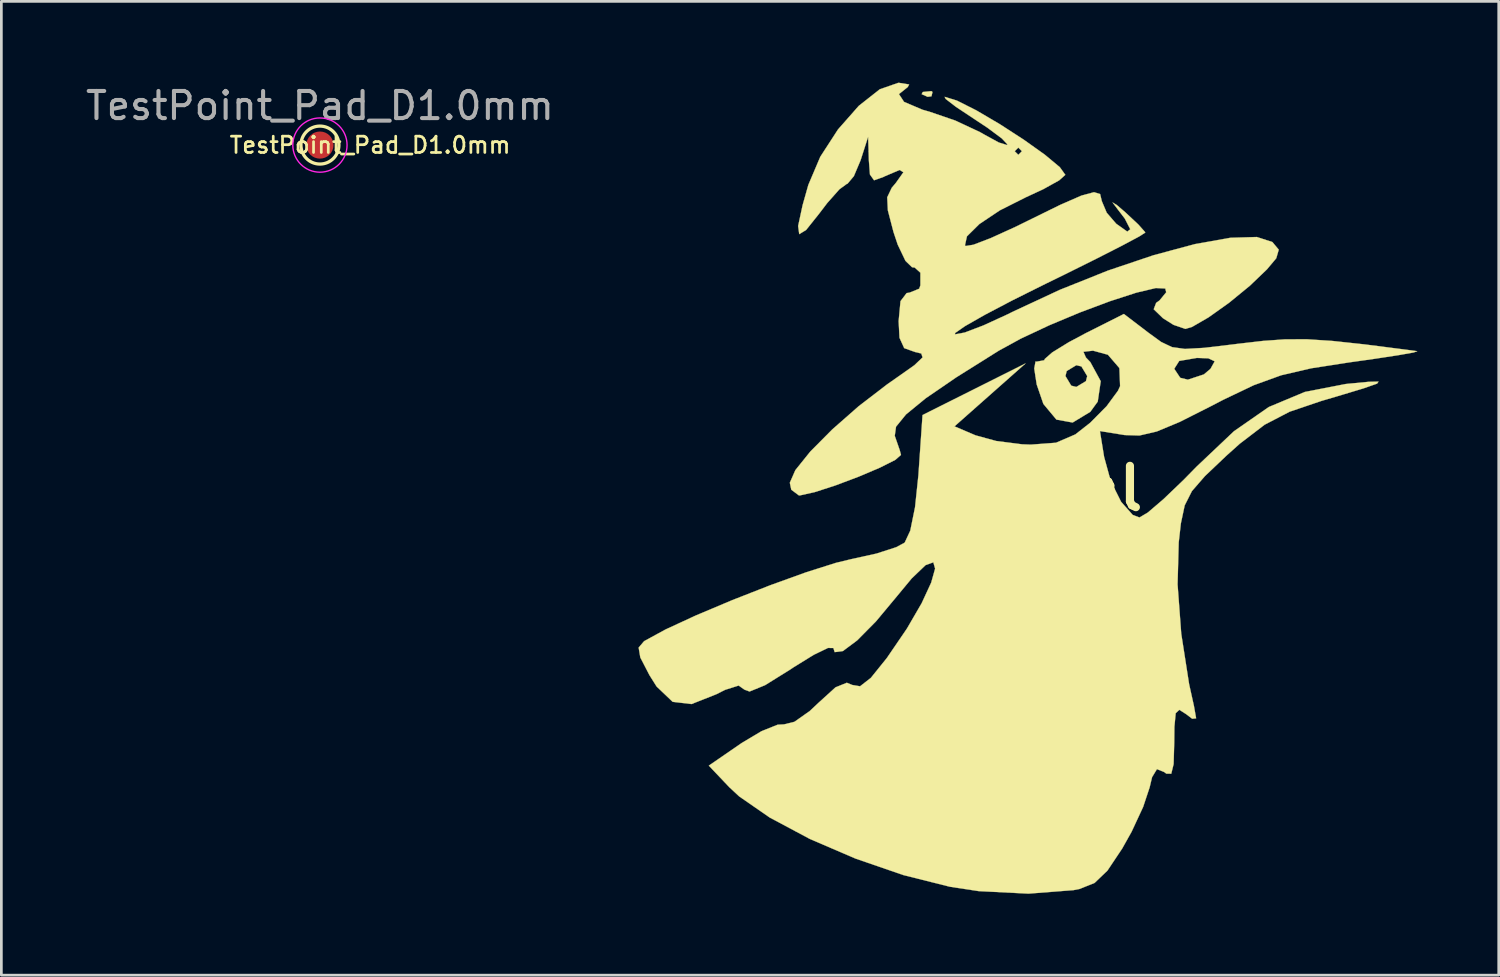
<source format=kicad_pcb>
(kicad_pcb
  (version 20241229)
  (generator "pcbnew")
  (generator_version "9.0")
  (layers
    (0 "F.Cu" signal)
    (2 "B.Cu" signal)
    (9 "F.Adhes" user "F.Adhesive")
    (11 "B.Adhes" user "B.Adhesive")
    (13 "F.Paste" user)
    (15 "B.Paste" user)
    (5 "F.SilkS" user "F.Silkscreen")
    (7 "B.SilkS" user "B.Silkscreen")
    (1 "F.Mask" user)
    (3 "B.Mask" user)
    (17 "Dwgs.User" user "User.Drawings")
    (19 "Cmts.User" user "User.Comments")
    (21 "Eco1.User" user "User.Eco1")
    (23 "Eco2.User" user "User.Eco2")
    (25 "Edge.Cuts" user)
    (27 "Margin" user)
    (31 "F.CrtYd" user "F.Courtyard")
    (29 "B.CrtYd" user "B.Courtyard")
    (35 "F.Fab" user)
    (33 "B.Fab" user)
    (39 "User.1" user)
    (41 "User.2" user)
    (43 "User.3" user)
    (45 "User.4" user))
  (footprint "Turpial"
    (layer "F.Cu")
    (at 35.157 14.957)
    (property "Reference" "Turpial" (at 0 0 0) (layer "F.SilkS") (effects (font (size 1.524 1.524) (thickness 0.3))))
    (attr through_hole)
    (fp_poly (pts (xy -3.832 -14.616) (xy -3.869 -14.457) (xy -4.011 -14.438) (xy -4.231 -14.536) (xy -4.189 -14.616) (xy -3.871 -14.648) (xy -3.832 -14.616)) (stroke (width 0.01) (type solid)) (fill yes) (layer "F.SilkS"))
    (fp_poly (pts (xy -5.059 -14.952) (xy -4.692 -14.893) (xy -4.746 -14.796) (xy -5.069 -14.538) (xy -4.881 -14.252) (xy -4.203 -13.963) (xy -3.944 -13.889) (xy -2.987 -13.561) (xy -2.081 -13.137) (xy -1.938 -13.055) (xy -1.387 -12.754) (xy -1.088 -12.662) (xy -1.069 -12.684) (xy -1.276 -12.904) (xy -1.81 -13.301) (xy -2.325 -13.642) (xy -2.971 -14.071) (xy -3.346 -14.36) (xy -3.384 -14.438) (xy -2.932 -14.299) (xy -2.213 -13.937) (xy -1.351 -13.43) (xy -0.469 -12.859) (xy 0.31 -12.304) (xy 0.863 -11.843) (xy 1.065 -11.562) (xy 0.837 -11.358) (xy 0.252 -11.033) (xy -0.386 -10.737) (xy -1.347 -10.254) (xy -2.102 -9.749) (xy -2.562 -9.295) (xy -2.634 -8.967) (xy -2.611 -8.938) (xy -2.323 -8.985) (xy -1.676 -9.233) (xy -0.786 -9.638) (xy -0.301 -9.876) (xy 0.875 -10.454) (xy 1.657 -10.796) (xy 2.123 -10.922) (xy 2.347 -10.854) (xy 2.406 -10.611) (xy 2.406 -10.602) (xy 2.59 -10.166) (xy 2.941 -9.759) (xy 3.35 -9.469) (xy 3.459 -9.556) (xy 3.258 -9.949) (xy 3.01 -10.273) (xy 2.806 -10.544) (xy 2.96 -10.452) (xy 3.277 -10.18) (xy 3.756 -9.732) (xy 4.002 -9.455) (xy 4.011 -9.432) (xy 3.783 -9.287) (xy 3.157 -8.953) (xy 2.215 -8.473) (xy 1.039 -7.888) (xy 0.357 -7.555) (xy -0.881 -6.938) (xy -1.903 -6.401) (xy -2.631 -5.986) (xy -2.993 -5.735) (xy -3.007 -5.681) (xy -2.645 -5.748) (xy -1.949 -6.013) (xy -1.059 -6.422) (xy -0.892 -6.505) (xy 0.867 -7.325) (xy 2.63 -8.03) (xy 4.318 -8.599) (xy 5.85 -9.01) (xy 7.146 -9.241) (xy 8.125 -9.27) (xy 8.697 -9.085) (xy 8.933 -8.803) (xy 8.841 -8.487) (xy 8.498 -8.078) (xy 7.867 -7.473) (xy 7.102 -6.847) (xy 6.345 -6.308) (xy 5.74 -5.958) (xy 5.492 -5.882) (xy 5.053 -6.032) (xy 4.663 -6.278) (xy 4.323 -6.607) (xy 4.413 -6.842) (xy 4.538 -6.932) (xy 4.784 -7.232) (xy 4.749 -7.372) (xy 4.401 -7.389) (xy 3.685 -7.219) (xy 2.714 -6.905) (xy 1.603 -6.489) (xy 0.466 -6.013) (xy -0.583 -5.521) (xy -1.388 -5.08) (xy -2.954 -4.098) (xy -4.081 -3.326) (xy -4.808 -2.73) (xy -5.176 -2.278) (xy -5.223 -1.939) (xy -5.218 -1.927) (xy -5.04 -1.414) (xy -4.993 -1.238) (xy -5.201 -1.055) (xy -5.77 -0.768) (xy -6.554 -0.435) (xy -7.403 -0.115) (xy -8.172 0.134) (xy -8.712 0.254) (xy -8.756 0.256) (xy -9.037 0.046) (xy -9.091 -0.211) (xy -8.887 -0.676) (xy -8.336 -1.361) (xy -7.528 -2.175) (xy -6.553 -3.032) (xy -5.501 -3.84) (xy -5.214 -4.04) (xy -4.503 -4.541) (xy -4.197 -4.831) (xy -4.245 -4.976) (xy -4.478 -5.032) (xy -4.875 -5.174) (xy -5.048 -5.555) (xy -5.08 -6.168) (xy -5.011 -6.905) (xy -4.785 -7.203) (xy -4.679 -7.219) (xy -4.323 -7.363) (xy -4.278 -7.486) (xy -4.278 -7.954) (xy -4.488 -8.144) (xy -4.584 -8.155) (xy -4.827 -8.389) (xy -5.113 -8.987) (xy -5.269 -9.453) (xy -5.477 -10.252) (xy -5.501 -10.733) (xy -5.333 -11.086) (xy -5.188 -11.257) (xy -4.904 -11.657) (xy -5.044 -11.742) (xy -5.596 -11.507) (xy -5.632 -11.487) (xy -5.986 -11.361) (xy -6.137 -11.573) (xy -6.177 -12.089) (xy -6.187 -12.433) (xy -0.802 -12.433) (xy -0.668 -12.299) (xy -0.535 -12.433) (xy -0.668 -12.566) (xy -0.802 -12.433) (xy -6.187 -12.433) (xy -6.204 -12.967) (xy -6.483 -12.098) (xy -6.73 -11.514) (xy -6.965 -11.234) (xy -6.989 -11.229) (xy -7.262 -11.03) (xy -7.713 -10.521) (xy -8.019 -10.12) (xy -8.491 -9.529) (xy -8.744 -9.375) (xy -8.785 -9.676) (xy -8.619 -10.447) (xy -8.409 -11.19) (xy -7.968 -12.228) (xy -7.313 -13.238) (xy -6.549 -14.105) (xy -5.776 -14.715) (xy -5.097 -14.952) (xy -5.059 -14.952)) (stroke (width 0.01) (type solid)) (fill yes) (layer "F.SilkS"))
    (fp_poly (pts (xy 4.141 -5.733) (xy 4.598 -5.401) (xy 4.995 -5.211) (xy 5.475 -5.144) (xy 6.183 -5.184) (xy 7.26 -5.312) (xy 7.409 -5.331) (xy 8.352 -5.44) (xy 9.165 -5.498) (xy 9.975 -5.5) (xy 10.908 -5.439) (xy 12.09 -5.312) (xy 13.648 -5.113) (xy 14.037 -5.061) (xy 13.904 -5.013) (xy 13.337 -4.913) (xy 12.433 -4.775) (xy 11.544 -4.65) (xy 10.125 -4.43) (xy 9.021 -4.173) (xy 8.013 -3.808) (xy 6.882 -3.268) (xy 6.464 -3.05) (xy 5.283 -2.454) (xy 4.435 -2.101) (xy 3.799 -1.953) (xy 3.254 -1.969) (xy 3.242 -1.971) (xy 2.34 -2.116) (xy 2.495 -1.163) (xy 2.739 -0.273) (xy 3.121 0.491) (xy 3.55 0.976) (xy 3.798 1.069) (xy 4.106 0.887) (xy 4.68 0.396) (xy 5.425 -0.317) (xy 5.902 -0.804) (xy 7.28 -2.109) (xy 8.566 -3.003) (xy 9.893 -3.558) (xy 11.395 -3.85) (xy 11.497 -3.861) (xy 12.247 -3.932) (xy 12.61 -3.94) (xy 12.559 -3.866) (xy 12.062 -3.692) (xy 11.093 -3.4) (xy 10.505 -3.227) (xy 9.336 -2.831) (xy 8.412 -2.351) (xy 7.499 -1.653) (xy 6.999 -1.205) (xy 6.212 -0.457) (xy 5.731 0.097) (xy 5.465 0.624) (xy 5.324 1.289) (xy 5.245 1.99) (xy 5.203 3.536) (xy 5.338 5.353) (xy 5.629 7.218) (xy 5.807 8.021) (xy 5.887 8.474) (xy 5.741 8.488) (xy 5.525 8.323) (xy 5.268 8.159) (xy 5.134 8.283) (xy 5.086 8.786) (xy 5.08 9.358) (xy 5.057 10.159) (xy 4.97 10.515) (xy 4.789 10.513) (xy 4.713 10.456) (xy 4.442 10.346) (xy 4.263 10.641) (xy 4.172 11.022) (xy 3.934 11.738) (xy 3.508 12.654) (xy 3.163 13.27) (xy 2.618 14.086) (xy 2.142 14.542) (xy 1.586 14.764) (xy 1.365 14.807) (xy -0.294 14.936) (xy -2.128 14.843) (xy -3.188 14.682) (xy -4.906 14.251) (xy -6.671 13.643) (xy -8.355 12.919) (xy -9.827 12.134) (xy -10.959 11.35) (xy -11.319 11.016) (xy -12.077 10.217) (xy -10.871 9.387) (xy -10.138 8.949) (xy -9.541 8.709) (xy -9.302 8.696) (xy -8.92 8.601) (xy -8.354 8.202) (xy -8.033 7.9) (xy -7.407 7.331) (xy -6.99 7.162) (xy -6.788 7.244) (xy -6.502 7.292) (xy -6.103 6.981) (xy -5.52 6.257) (xy -5.504 6.235) (xy -4.774 5.165) (xy -4.23 4.228) (xy -3.881 3.474) (xy -3.735 2.955) (xy -3.801 2.722) (xy -4.086 2.825) (xy -4.599 3.316) (xy -5.134 3.962) (xy -5.921 4.906) (xy -6.608 5.6) (xy -7.134 5.992) (xy -7.437 6.033) (xy -7.486 5.882) (xy -7.685 5.878) (xy -8.211 6.133) (xy -8.956 6.593) (xy -9.07 6.67) (xy -10.003 7.251) (xy -10.576 7.485) (xy -10.763 7.416) (xy -10.977 7.265) (xy -11.481 7.424) (xy -11.797 7.584) (xy -12.714 7.947) (xy -13.41 7.865) (xy -14.001 7.302) (xy -14.266 6.881) (xy -14.603 6.229) (xy -14.664 5.866) (xy -14.469 5.636) (xy -14.438 5.615) (xy -13.673 5.198) (xy -12.549 4.679) (xy -11.213 4.116) (xy -9.811 3.567) (xy -8.49 3.09) (xy -7.396 2.743) (xy -6.818 2.603) (xy -5.9 2.401) (xy -5.172 2.166) (xy -4.857 1.997) (xy -4.651 1.555) (xy -4.475 0.69) (xy -4.351 -0.489) (xy -4.349 -0.517) (xy -4.199 -2.707) (xy -2.3 -3.658) (xy -0.401 -4.61) (xy -1.711 -3.45) (xy -3.021 -2.29) (xy -2.246 -1.959) (xy -1.489 -1.751) (xy -0.529 -1.628) (xy -0.21 -1.616) (xy 0.721 -1.686) (xy 1.434 -1.993) (xy 1.983 -2.423) (xy 2.588 -3.034) (xy 3.007 -3.604) (xy 3.084 -3.772) (xy 3.06 -4.412) (xy 5.08 -4.412) (xy 5.301 -4.08) (xy 5.582 -4.011) (xy 6.173 -4.205) (xy 6.417 -4.412) (xy 6.571 -4.688) (xy 6.338 -4.798) (xy 5.915 -4.813) (xy 5.264 -4.702) (xy 5.08 -4.412) (xy 3.06 -4.412) (xy 3.059 -4.438) (xy 2.635 -4.93) (xy 2.087 -5.08) (xy 1.732 -5.039) (xy 1.824 -4.828) (xy 1.986 -4.66) (xy 2.37 -3.954) (xy 2.26 -3.203) (xy 1.986 -2.826) (xy 1.335 -2.431) (xy 0.737 -2.539) (xy 0.256 -3.117) (xy 0.009 -3.836) (xy -0.038 -4.144) (xy 1.069 -4.144) (xy 1.283 -3.79) (xy 1.471 -3.743) (xy 1.825 -3.957) (xy 1.872 -4.144) (xy 1.658 -4.499) (xy 1.471 -4.545) (xy 1.116 -4.331) (xy 1.069 -4.144) (xy -0.038 -4.144) (xy -0.081 -4.423) (xy -0.033 -4.682) (xy 0.006 -4.675) (xy 0.285 -4.726) (xy 0.311 -4.777) (xy 0.582 -5.015) (xy 1.19 -5.39) (xy 1.812 -5.722) (xy 3.223 -6.433) (xy 4.141 -5.733)) (stroke (width 0.01) (type solid)) (fill yes) (layer "F.SilkS")))
  (footprint "TestPoint_Pad_D1.0mm"
    (layer "F.Cu")
    (at 8.744 2.298)
    (property "Reference" "TestPoint_Pad_D1.0mm" (at 1.85 0 0) (layer "F.SilkS") (effects (font (size 0.6 0.6) (thickness 0.1))))
    (attr exclude_from_pos_files exclude_from_bom)
    (fp_circle (center 0 0) (end 0 0.7) (stroke (width 0.12) (type solid)) (fill no) (layer "F.SilkS"))
    (fp_circle (center 0 0) (end 1 0) (stroke (width 0.05) (type solid)) (fill no) (layer "F.CrtYd"))
    (fp_text user "${REFERENCE}" (at 0 -1.45 0) (layer "F.Fab") (effects (font (size 1 1) (thickness 0.15))))
    (pad "1" smd circle (at 0 0) (size 1 1) (layers "F.Cu" "F.Mask")))
  (gr_rect
    (start -3 -3)
    (end 52.199 32.898)
    (stroke (width 0.1) (type default))
    (fill no)
    (layer "Edge.Cuts")))
</source>
